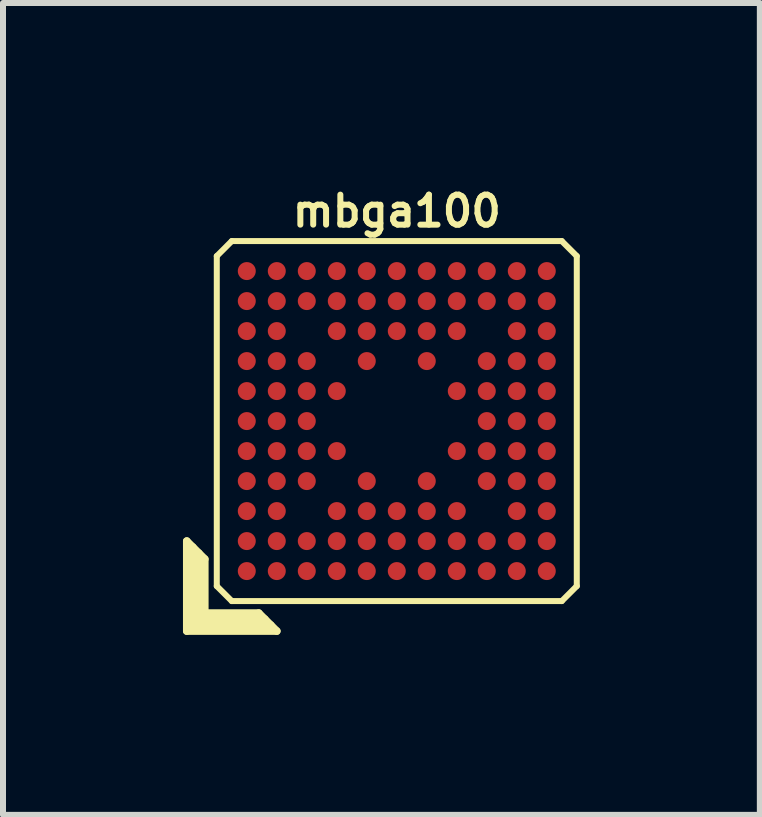
<source format=kicad_pcb>
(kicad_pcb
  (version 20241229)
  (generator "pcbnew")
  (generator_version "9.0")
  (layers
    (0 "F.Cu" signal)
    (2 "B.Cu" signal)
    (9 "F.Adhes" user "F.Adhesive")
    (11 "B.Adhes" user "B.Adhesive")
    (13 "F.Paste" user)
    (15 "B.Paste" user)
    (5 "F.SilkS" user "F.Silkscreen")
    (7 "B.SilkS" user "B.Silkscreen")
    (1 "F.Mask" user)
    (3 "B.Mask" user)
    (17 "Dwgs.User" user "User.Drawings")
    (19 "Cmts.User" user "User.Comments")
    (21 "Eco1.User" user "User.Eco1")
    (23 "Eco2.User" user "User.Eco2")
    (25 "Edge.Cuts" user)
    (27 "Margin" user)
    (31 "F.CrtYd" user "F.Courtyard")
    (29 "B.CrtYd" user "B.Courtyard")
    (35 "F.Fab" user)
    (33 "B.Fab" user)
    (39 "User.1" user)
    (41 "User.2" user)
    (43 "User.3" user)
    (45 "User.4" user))
  (footprint "mbga100"
    (layer "F.Cu")
    (at 3.563 3.968)
    (property "Reference" "mbga100" (at 0 -3.5 0) (layer "F.SilkS") (effects (font (size 0.5 0.5) (thickness 0.1))))
    (attr through_hole)
    (fp_line (start -3.5 2) (end -3.2 2.3) (stroke (width 0.127) (type solid)) (layer "F.SilkS"))
    (fp_line (start -3.5 3.5) (end -3.5 2) (stroke (width 0.127) (type solid)) (layer "F.SilkS"))
    (fp_line (start -3.4 2.1) (end -3.4 3.4) (stroke (width 0.127) (type solid)) (layer "F.SilkS"))
    (fp_line (start -3.4 3.4) (end -2.1 3.4) (stroke (width 0.127) (type solid)) (layer "F.SilkS"))
    (fp_line (start -3.3 3.3) (end -3.3 2.2) (stroke (width 0.127) (type solid)) (layer "F.SilkS"))
    (fp_line (start -3.2 2.3) (end -3.2 3.2) (stroke (width 0.127) (type solid)) (layer "F.SilkS"))
    (fp_line (start -3.2 3.2) (end -2.3 3.2) (stroke (width 0.127) (type solid)) (layer "F.SilkS"))
    (fp_line (start -3 -2.75) (end -3 2.75) (stroke (width 0.1) (type solid)) (layer "F.SilkS"))
    (fp_line (start -3 -2.75) (end -2.75 -3) (stroke (width 0.1) (type solid)) (layer "F.SilkS"))
    (fp_line (start -2.75 3) (end -3 2.75) (stroke (width 0.1) (type solid)) (layer "F.SilkS"))
    (fp_line (start -2.75 3) (end 2.75 3) (stroke (width 0.1) (type solid)) (layer "F.SilkS"))
    (fp_line (start -2.3 3.2) (end -2 3.5) (stroke (width 0.127) (type solid)) (layer "F.SilkS"))
    (fp_line (start -2.2 3.3) (end -3.3 3.3) (stroke (width 0.127) (type solid)) (layer "F.SilkS"))
    (fp_line (start -2 3.5) (end -3.5 3.5) (stroke (width 0.127) (type solid)) (layer "F.SilkS"))
    (fp_line (start 2.75 -3) (end -2.75 -3) (stroke (width 0.1) (type solid)) (layer "F.SilkS"))
    (fp_line (start 2.75 -3) (end 3 -2.75) (stroke (width 0.1) (type solid)) (layer "F.SilkS"))
    (fp_line (start 3 2.75) (end 2.75 3) (stroke (width 0.1) (type solid)) (layer "F.SilkS"))
    (fp_line (start 3 2.75) (end 3 -2.75) (stroke (width 0.1) (type solid)) (layer "F.SilkS"))
    (pad "A1" smd circle (at -2.5 2.5) (size 0.3 0.3) (layers "F.Cu" "F.Mask" "F.Paste"))
    (pad "A2" smd circle (at -2 2.5) (size 0.3 0.3) (layers "F.Cu" "F.Mask" "F.Paste"))
    (pad "A3" smd circle (at -1.5 2.5) (size 0.3 0.3) (layers "F.Cu" "F.Mask" "F.Paste"))
    (pad "A4" smd circle (at -1 2.5) (size 0.3 0.3) (layers "F.Cu" "F.Mask" "F.Paste"))
    (pad "A5" smd circle (at -0.5 2.5) (size 0.3 0.3) (layers "F.Cu" "F.Mask" "F.Paste"))
    (pad "A6" smd circle (at 0 2.5) (size 0.3 0.3) (layers "F.Cu" "F.Mask" "F.Paste"))
    (pad "A7" smd circle (at 0.5 2.5) (size 0.3 0.3) (layers "F.Cu" "F.Mask" "F.Paste"))
    (pad "A8" smd circle (at 1 2.5) (size 0.3 0.3) (layers "F.Cu" "F.Mask" "F.Paste"))
    (pad "A9" smd circle (at 1.5 2.5) (size 0.3 0.3) (layers "F.Cu" "F.Mask" "F.Paste"))
    (pad "A10" smd circle (at 2 2.5) (size 0.3 0.3) (layers "F.Cu" "F.Mask" "F.Paste"))
    (pad "A11" smd circle (at 2.5 2.5) (size 0.3 0.3) (layers "F.Cu" "F.Mask" "F.Paste"))
    (pad "B1" smd circle (at -2.5 2) (size 0.3 0.3) (layers "F.Cu" "F.Mask" "F.Paste"))
    (pad "B2" smd circle (at -2 2) (size 0.3 0.3) (layers "F.Cu" "F.Mask" "F.Paste"))
    (pad "B3" smd circle (at -1.5 2) (size 0.3 0.3) (layers "F.Cu" "F.Mask" "F.Paste"))
    (pad "B4" smd circle (at -1 2) (size 0.3 0.3) (layers "F.Cu" "F.Mask" "F.Paste"))
    (pad "B5" smd circle (at -0.5 2) (size 0.3 0.3) (layers "F.Cu" "F.Mask" "F.Paste"))
    (pad "B6" smd circle (at 0 2) (size 0.3 0.3) (layers "F.Cu" "F.Mask" "F.Paste"))
    (pad "B7" smd circle (at 0.5 2) (size 0.3 0.3) (layers "F.Cu" "F.Mask" "F.Paste"))
    (pad "B8" smd circle (at 1 2) (size 0.3 0.3) (layers "F.Cu" "F.Mask" "F.Paste"))
    (pad "B9" smd circle (at 1.5 2) (size 0.3 0.3) (layers "F.Cu" "F.Mask" "F.Paste"))
    (pad "B10" smd circle (at 2 2) (size 0.3 0.3) (layers "F.Cu" "F.Mask" "F.Paste"))
    (pad "B11" smd circle (at 2.5 2) (size 0.3 0.3) (layers "F.Cu" "F.Mask" "F.Paste"))
    (pad "C1" smd circle (at -2.5 1.5) (size 0.3 0.3) (layers "F.Cu" "F.Mask" "F.Paste"))
    (pad "C2" smd circle (at -2 1.5) (size 0.3 0.3) (layers "F.Cu" "F.Mask" "F.Paste"))
    (pad "C4" smd circle (at -1 1.5) (size 0.3 0.3) (layers "F.Cu" "F.Mask" "F.Paste"))
    (pad "C5" smd circle (at -0.5 1.5) (size 0.3 0.3) (layers "F.Cu" "F.Mask" "F.Paste"))
    (pad "C6" smd circle (at 0 1.5) (size 0.3 0.3) (layers "F.Cu" "F.Mask" "F.Paste"))
    (pad "C7" smd circle (at 0.5 1.5) (size 0.3 0.3) (layers "F.Cu" "F.Mask" "F.Paste"))
    (pad "C8" smd circle (at 1 1.5) (size 0.3 0.3) (layers "F.Cu" "F.Mask" "F.Paste"))
    (pad "C10" smd circle (at 2 1.5) (size 0.3 0.3) (layers "F.Cu" "F.Mask" "F.Paste"))
    (pad "C11" smd circle (at 2.5 1.5) (size 0.3 0.3) (layers "F.Cu" "F.Mask" "F.Paste"))
    (pad "D1" smd circle (at -2.5 1) (size 0.3 0.3) (layers "F.Cu" "F.Mask" "F.Paste"))
    (pad "D2" smd circle (at -2 1) (size 0.3 0.3) (layers "F.Cu" "F.Mask" "F.Paste"))
    (pad "D3" smd circle (at -1.5 1) (size 0.3 0.3) (layers "F.Cu" "F.Mask" "F.Paste"))
    (pad "D5" smd circle (at -0.5 1) (size 0.3 0.3) (layers "F.Cu" "F.Mask" "F.Paste"))
    (pad "D7" smd circle (at 0.5 1) (size 0.3 0.3) (layers "F.Cu" "F.Mask" "F.Paste"))
    (pad "D9" smd circle (at 1.5 1) (size 0.3 0.3) (layers "F.Cu" "F.Mask" "F.Paste"))
    (pad "D10" smd circle (at 2 1) (size 0.3 0.3) (layers "F.Cu" "F.Mask" "F.Paste"))
    (pad "D11" smd circle (at 2.5 1) (size 0.3 0.3) (layers "F.Cu" "F.Mask" "F.Paste"))
    (pad "E1" smd circle (at -2.5 0.5) (size 0.3 0.3) (layers "F.Cu" "F.Mask" "F.Paste"))
    (pad "E2" smd circle (at -2 0.5) (size 0.3 0.3) (layers "F.Cu" "F.Mask" "F.Paste"))
    (pad "E3" smd circle (at -1.5 0.5) (size 0.3 0.3) (layers "F.Cu" "F.Mask" "F.Paste"))
    (pad "E4" smd circle (at -1 0.5) (size 0.3 0.3) (layers "F.Cu" "F.Mask" "F.Paste"))
    (pad "E8" smd circle (at 1 0.5) (size 0.3 0.3) (layers "F.Cu" "F.Mask" "F.Paste"))
    (pad "E9" smd circle (at 1.5 0.5) (size 0.3 0.3) (layers "F.Cu" "F.Mask" "F.Paste"))
    (pad "E10" smd circle (at 2 0.5) (size 0.3 0.3) (layers "F.Cu" "F.Mask" "F.Paste"))
    (pad "E11" smd circle (at 2.5 0.5) (size 0.3 0.3) (layers "F.Cu" "F.Mask" "F.Paste"))
    (pad "F1" smd circle (at -2.5 0) (size 0.3 0.3) (layers "F.Cu" "F.Mask" "F.Paste"))
    (pad "F2" smd circle (at -2 0) (size 0.3 0.3) (layers "F.Cu" "F.Mask" "F.Paste"))
    (pad "F3" smd circle (at -1.5 0) (size 0.3 0.3) (layers "F.Cu" "F.Mask" "F.Paste"))
    (pad "F9" smd circle (at 1.5 0) (size 0.3 0.3) (layers "F.Cu" "F.Mask" "F.Paste"))
    (pad "F10" smd circle (at 2 0) (size 0.3 0.3) (layers "F.Cu" "F.Mask" "F.Paste"))
    (pad "F11" smd circle (at 2.5 0) (size 0.3 0.3) (layers "F.Cu" "F.Mask" "F.Paste"))
    (pad "G1" smd circle (at -2.5 -0.5) (size 0.3 0.3) (layers "F.Cu" "F.Mask" "F.Paste"))
    (pad "G2" smd circle (at -2 -0.5) (size 0.3 0.3) (layers "F.Cu" "F.Mask" "F.Paste"))
    (pad "G3" smd circle (at -1.5 -0.5) (size 0.3 0.3) (layers "F.Cu" "F.Mask" "F.Paste"))
    (pad "G4" smd circle (at -1 -0.5) (size 0.3 0.3) (layers "F.Cu" "F.Mask" "F.Paste"))
    (pad "G8" smd circle (at 1 -0.5) (size 0.3 0.3) (layers "F.Cu" "F.Mask" "F.Paste"))
    (pad "G9" smd circle (at 1.5 -0.5) (size 0.3 0.3) (layers "F.Cu" "F.Mask" "F.Paste"))
    (pad "G10" smd circle (at 2 -0.5) (size 0.3 0.3) (layers "F.Cu" "F.Mask" "F.Paste"))
    (pad "G11" smd circle (at 2.5 -0.5) (size 0.3 0.3) (layers "F.Cu" "F.Mask" "F.Paste"))
    (pad "H1" smd circle (at -2.5 -1) (size 0.3 0.3) (layers "F.Cu" "F.Mask" "F.Paste"))
    (pad "H2" smd circle (at -2 -1) (size 0.3 0.3) (layers "F.Cu" "F.Mask" "F.Paste"))
    (pad "H3" smd circle (at -1.5 -1) (size 0.3 0.3) (layers "F.Cu" "F.Mask" "F.Paste"))
    (pad "H5" smd circle (at -0.5 -1) (size 0.3 0.3) (layers "F.Cu" "F.Mask" "F.Paste"))
    (pad "H7" smd circle (at 0.5 -1) (size 0.3 0.3) (layers "F.Cu" "F.Mask" "F.Paste"))
    (pad "H9" smd circle (at 1.5 -1) (size 0.3 0.3) (layers "F.Cu" "F.Mask" "F.Paste"))
    (pad "H10" smd circle (at 2 -1) (size 0.3 0.3) (layers "F.Cu" "F.Mask" "F.Paste"))
    (pad "H11" smd circle (at 2.5 -1) (size 0.3 0.3) (layers "F.Cu" "F.Mask" "F.Paste"))
    (pad "J1" smd circle (at -2.5 -1.5) (size 0.3 0.3) (layers "F.Cu" "F.Mask" "F.Paste"))
    (pad "J2" smd circle (at -2 -1.5) (size 0.3 0.3) (layers "F.Cu" "F.Mask" "F.Paste"))
    (pad "J4" smd circle (at -1 -1.5) (size 0.3 0.3) (layers "F.Cu" "F.Mask" "F.Paste"))
    (pad "J5" smd circle (at -0.5 -1.5) (size 0.3 0.3) (layers "F.Cu" "F.Mask" "F.Paste"))
    (pad "J6" smd circle (at 0 -1.5) (size 0.3 0.3) (layers "F.Cu" "F.Mask" "F.Paste"))
    (pad "J7" smd circle (at 0.5 -1.5) (size 0.3 0.3) (layers "F.Cu" "F.Mask" "F.Paste"))
    (pad "J8" smd circle (at 1 -1.5) (size 0.3 0.3) (layers "F.Cu" "F.Mask" "F.Paste"))
    (pad "J10" smd circle (at 2 -1.5) (size 0.3 0.3) (layers "F.Cu" "F.Mask" "F.Paste"))
    (pad "J11" smd circle (at 2.5 -1.5) (size 0.3 0.3) (layers "F.Cu" "F.Mask" "F.Paste"))
    (pad "K1" smd circle (at -2.5 -2) (size 0.3 0.3) (layers "F.Cu" "F.Mask" "F.Paste"))
    (pad "K2" smd circle (at -2 -2) (size 0.3 0.3) (layers "F.Cu" "F.Mask" "F.Paste"))
    (pad "K3" smd circle (at -1.5 -2) (size 0.3 0.3) (layers "F.Cu" "F.Mask" "F.Paste"))
    (pad "K4" smd circle (at -1 -2) (size 0.3 0.3) (layers "F.Cu" "F.Mask" "F.Paste"))
    (pad "K5" smd circle (at -0.5 -2) (size 0.3 0.3) (layers "F.Cu" "F.Mask" "F.Paste"))
    (pad "K6" smd circle (at 0 -2) (size 0.3 0.3) (layers "F.Cu" "F.Mask" "F.Paste"))
    (pad "K7" smd circle (at 0.5 -2) (size 0.3 0.3) (layers "F.Cu" "F.Mask" "F.Paste"))
    (pad "K8" smd circle (at 1 -2) (size 0.3 0.3) (layers "F.Cu" "F.Mask" "F.Paste"))
    (pad "K9" smd circle (at 1.5 -2) (size 0.3 0.3) (layers "F.Cu" "F.Mask" "F.Paste"))
    (pad "K10" smd circle (at 2 -2) (size 0.3 0.3) (layers "F.Cu" "F.Mask" "F.Paste"))
    (pad "K11" smd circle (at 2.5 -2) (size 0.3 0.3) (layers "F.Cu" "F.Mask" "F.Paste"))
    (pad "L1" smd circle (at -2.5 -2.5) (size 0.3 0.3) (layers "F.Cu" "F.Mask" "F.Paste"))
    (pad "L2" smd circle (at -2 -2.5) (size 0.3 0.3) (layers "F.Cu" "F.Mask" "F.Paste"))
    (pad "L3" smd circle (at -1.5 -2.5) (size 0.3 0.3) (layers "F.Cu" "F.Mask" "F.Paste"))
    (pad "L4" smd circle (at -1 -2.5) (size 0.3 0.3) (layers "F.Cu" "F.Mask" "F.Paste"))
    (pad "L5" smd circle (at -0.5 -2.5) (size 0.3 0.3) (layers "F.Cu" "F.Mask" "F.Paste"))
    (pad "L6" smd circle (at 0 -2.5) (size 0.3 0.3) (layers "F.Cu" "F.Mask" "F.Paste"))
    (pad "L7" smd circle (at 0.5 -2.5) (size 0.3 0.3) (layers "F.Cu" "F.Mask" "F.Paste"))
    (pad "L8" smd circle (at 1 -2.5) (size 0.3 0.3) (layers "F.Cu" "F.Mask" "F.Paste"))
    (pad "L9" smd circle (at 1.5 -2.5) (size 0.3 0.3) (layers "F.Cu" "F.Mask" "F.Paste"))
    (pad "L10" smd circle (at 2 -2.5) (size 0.3 0.3) (layers "F.Cu" "F.Mask" "F.Paste"))
    (pad "L11" smd circle (at 2.5 -2.5) (size 0.3 0.3) (layers "F.Cu" "F.Mask" "F.Paste")))
  (gr_rect
    (start -3 -3)
    (end 9.614 10.531)
    (stroke (width 0.1) (type default))
    (fill no)
    (layer "Edge.Cuts")))
</source>
